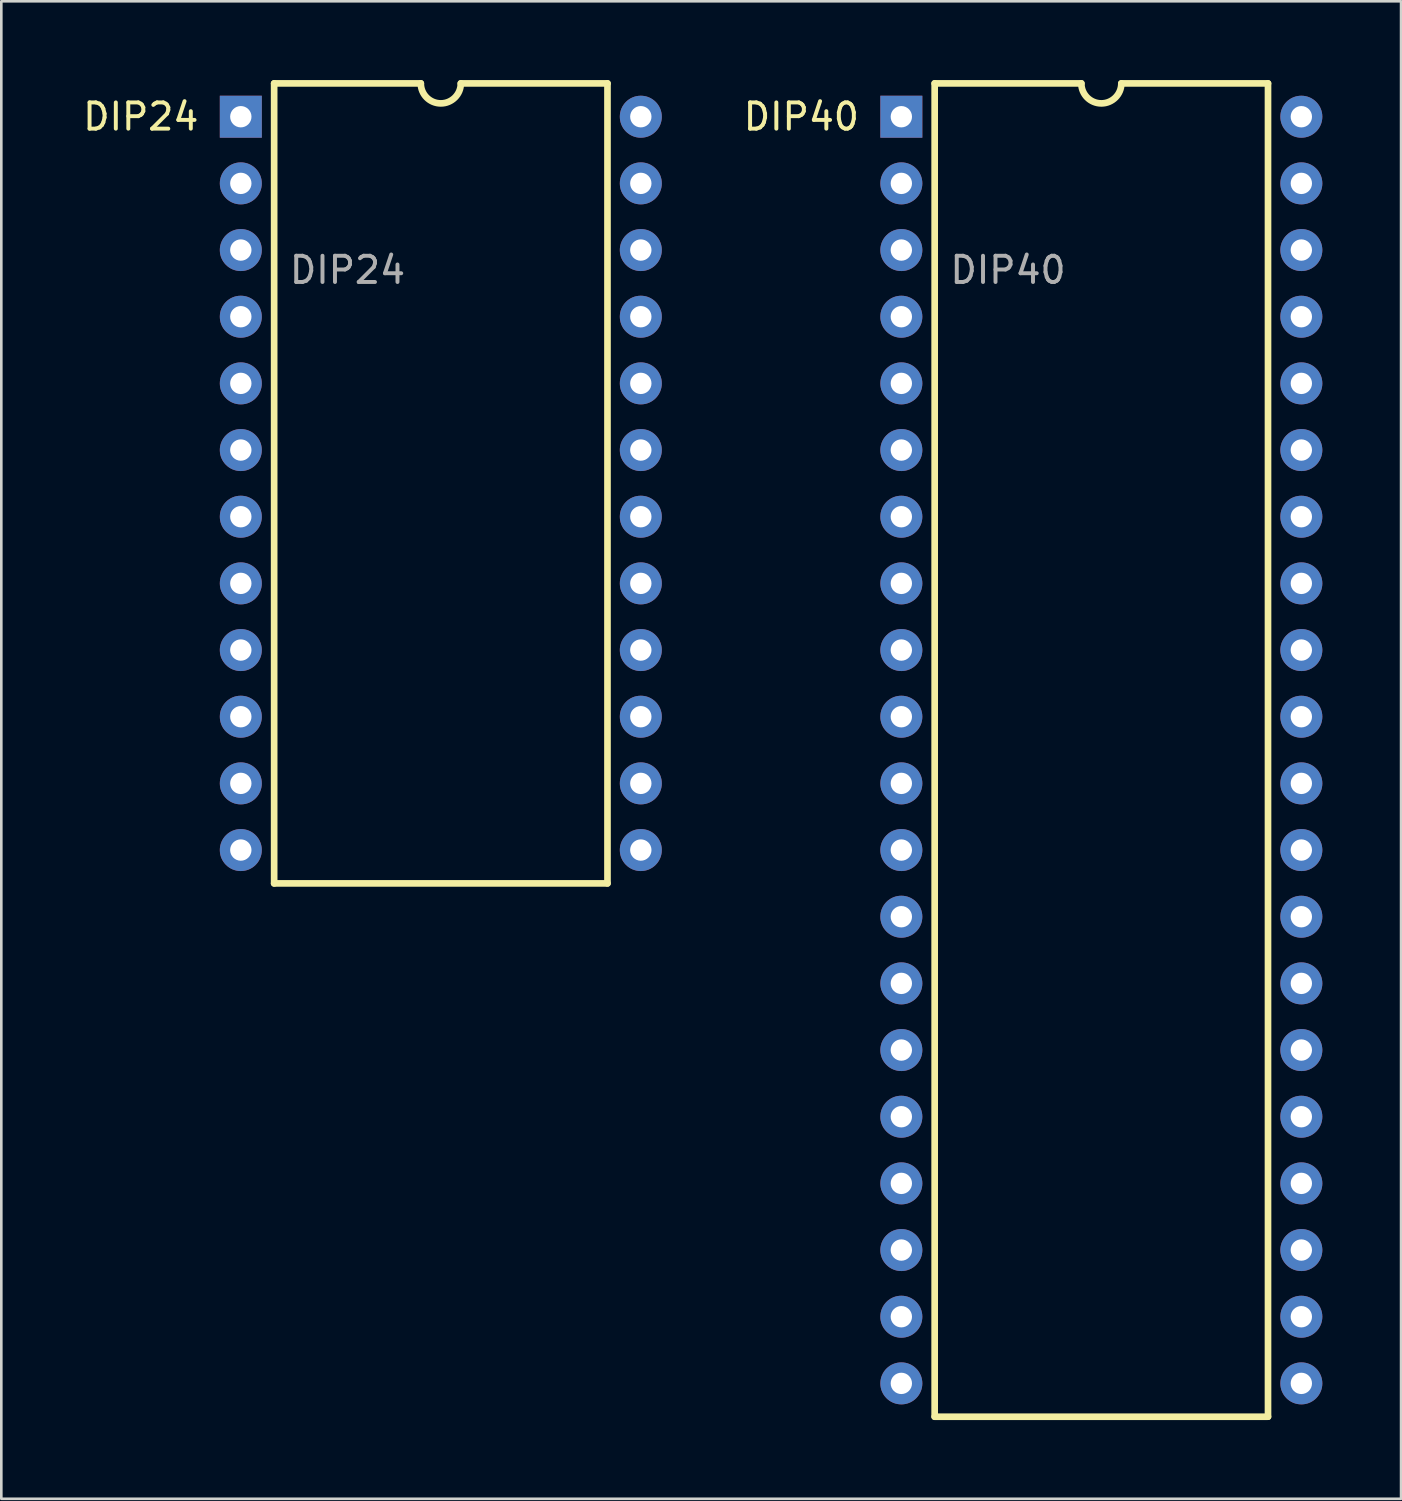
<source format=kicad_pcb>
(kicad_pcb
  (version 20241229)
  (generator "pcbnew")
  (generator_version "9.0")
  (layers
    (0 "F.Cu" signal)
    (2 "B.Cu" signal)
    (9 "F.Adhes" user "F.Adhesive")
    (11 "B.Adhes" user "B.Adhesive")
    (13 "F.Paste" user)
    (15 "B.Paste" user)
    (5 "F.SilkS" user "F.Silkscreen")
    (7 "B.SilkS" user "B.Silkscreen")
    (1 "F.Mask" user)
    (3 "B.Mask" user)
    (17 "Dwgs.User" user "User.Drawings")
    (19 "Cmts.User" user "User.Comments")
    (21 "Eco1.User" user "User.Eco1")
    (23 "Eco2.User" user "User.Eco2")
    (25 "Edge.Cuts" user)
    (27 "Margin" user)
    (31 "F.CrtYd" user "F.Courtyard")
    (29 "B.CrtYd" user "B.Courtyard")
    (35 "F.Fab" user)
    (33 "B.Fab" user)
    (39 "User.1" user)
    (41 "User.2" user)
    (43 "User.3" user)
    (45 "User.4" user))
  (footprint "DIP40"
    (layer "F.Cu")
    (at 31.291 1.397)
    (property "Reference" "DIP40" (at -3.81 0 0) (unlocked yes) (layer "F.SilkS") (effects (font (size 1 1) (thickness 0.15))))
    (attr through_hole)
    (fp_line (start 1.27 -1.27) (end 1.27 49.53) (stroke (width 0.254) (type solid)) (layer "F.SilkS"))
    (fp_line (start 1.27 49.53) (end 13.97 49.53) (stroke (width 0.254) (type solid)) (layer "F.SilkS"))
    (fp_line (start 6.858 -1.27) (end 1.27 -1.27) (stroke (width 0.254) (type solid)) (layer "F.SilkS"))
    (fp_line (start 8.382 -1.27) (end 13.97 -1.27) (stroke (width 0.254) (type solid)) (layer "F.SilkS"))
    (fp_line (start 13.97 49.53) (end 13.97 -1.27) (stroke (width 0.254) (type solid)) (layer "F.SilkS"))
    (fp_arc (start 8.382 -1.27) (mid 7.62 -0.508) (end 6.858 -1.27) (stroke (width 0.254) (type solid)) (layer "F.SilkS"))
    (fp_text user "${REFERENCE}" (at 4.064 5.842 0) (unlocked yes) (layer "F.Fab") (effects (font (size 1 1) (thickness 0.15))))
    (pad "1" thru_hole rect (at 0 0) (size 1.6 1.6) (drill 0.813) (layers "*.Cu" "*.Mask"))
    (pad "2" thru_hole circle (at 0 2.54) (size 1.6 1.6) (drill 0.813) (layers "*.Cu" "*.Mask"))
    (pad "3" thru_hole circle (at 0 5.08) (size 1.6 1.6) (drill 0.813) (layers "*.Cu" "*.Mask"))
    (pad "4" thru_hole circle (at 0 7.62) (size 1.6 1.6) (drill 0.813) (layers "*.Cu" "*.Mask"))
    (pad "5" thru_hole circle (at 0 10.16) (size 1.6 1.6) (drill 0.813) (layers "*.Cu" "*.Mask"))
    (pad "6" thru_hole circle (at 0 12.7) (size 1.6 1.6) (drill 0.813) (layers "*.Cu" "*.Mask"))
    (pad "7" thru_hole circle (at 0 15.24) (size 1.6 1.6) (drill 0.813) (layers "*.Cu" "*.Mask"))
    (pad "8" thru_hole circle (at 0 17.78) (size 1.6 1.6) (drill 0.813) (layers "*.Cu" "*.Mask"))
    (pad "9" thru_hole circle (at 0 20.32) (size 1.6 1.6) (drill 0.813) (layers "*.Cu" "*.Mask"))
    (pad "10" thru_hole circle (at 0 22.86) (size 1.6 1.6) (drill 0.813) (layers "*.Cu" "*.Mask"))
    (pad "11" thru_hole circle (at 0 25.4) (size 1.6 1.6) (drill 0.813) (layers "*.Cu" "*.Mask"))
    (pad "12" thru_hole circle (at 0 27.94) (size 1.6 1.6) (drill 0.813) (layers "*.Cu" "*.Mask"))
    (pad "13" thru_hole circle (at 0 30.48) (size 1.6 1.6) (drill 0.813) (layers "*.Cu" "*.Mask"))
    (pad "14" thru_hole circle (at 0 33.02) (size 1.6 1.6) (drill 0.813) (layers "*.Cu" "*.Mask"))
    (pad "15" thru_hole circle (at 0 35.56) (size 1.6 1.6) (drill 0.813) (layers "*.Cu" "*.Mask"))
    (pad "16" thru_hole circle (at 0 38.1) (size 1.6 1.6) (drill 0.813) (layers "*.Cu" "*.Mask"))
    (pad "17" thru_hole circle (at 0 40.64) (size 1.6 1.6) (drill 0.813) (layers "*.Cu" "*.Mask"))
    (pad "18" thru_hole circle (at 0 43.18) (size 1.6 1.6) (drill 0.813) (layers "*.Cu" "*.Mask"))
    (pad "19" thru_hole circle (at 0 45.72) (size 1.6 1.6) (drill 0.813) (layers "*.Cu" "*.Mask"))
    (pad "20" thru_hole circle (at 0 48.26) (size 1.6 1.6) (drill 0.813) (layers "*.Cu" "*.Mask"))
    (pad "21" thru_hole circle (at 15.24 48.26) (size 1.6 1.6) (drill 0.813) (layers "*.Cu" "*.Mask"))
    (pad "22" thru_hole circle (at 15.24 45.72) (size 1.6 1.6) (drill 0.813) (layers "*.Cu" "*.Mask"))
    (pad "23" thru_hole circle (at 15.24 43.18) (size 1.6 1.6) (drill 0.813) (layers "*.Cu" "*.Mask"))
    (pad "24" thru_hole circle (at 15.24 40.64) (size 1.6 1.6) (drill 0.813) (layers "*.Cu" "*.Mask"))
    (pad "25" thru_hole circle (at 15.24 38.1) (size 1.6 1.6) (drill 0.813) (layers "*.Cu" "*.Mask"))
    (pad "26" thru_hole circle (at 15.24 35.56) (size 1.6 1.6) (drill 0.813) (layers "*.Cu" "*.Mask"))
    (pad "27" thru_hole circle (at 15.24 33.02) (size 1.6 1.6) (drill 0.813) (layers "*.Cu" "*.Mask"))
    (pad "28" thru_hole circle (at 15.24 30.48) (size 1.6 1.6) (drill 0.813) (layers "*.Cu" "*.Mask"))
    (pad "29" thru_hole circle (at 15.24 27.94) (size 1.6 1.6) (drill 0.813) (layers "*.Cu" "*.Mask"))
    (pad "30" thru_hole circle (at 15.24 25.4) (size 1.6 1.6) (drill 0.813) (layers "*.Cu" "*.Mask"))
    (pad "31" thru_hole circle (at 15.24 22.86) (size 1.6 1.6) (drill 0.813) (layers "*.Cu" "*.Mask"))
    (pad "32" thru_hole circle (at 15.24 20.32) (size 1.6 1.6) (drill 0.813) (layers "*.Cu" "*.Mask"))
    (pad "33" thru_hole circle (at 15.24 17.78) (size 1.6 1.6) (drill 0.813) (layers "*.Cu" "*.Mask"))
    (pad "34" thru_hole circle (at 15.24 15.24) (size 1.6 1.6) (drill 0.813) (layers "*.Cu" "*.Mask"))
    (pad "35" thru_hole circle (at 15.24 12.7) (size 1.6 1.6) (drill 0.813) (layers "*.Cu" "*.Mask"))
    (pad "36" thru_hole circle (at 15.24 10.16) (size 1.6 1.6) (drill 0.813) (layers "*.Cu" "*.Mask"))
    (pad "37" thru_hole circle (at 15.24 7.62) (size 1.6 1.6) (drill 0.813) (layers "*.Cu" "*.Mask"))
    (pad "38" thru_hole circle (at 15.24 5.08) (size 1.6 1.6) (drill 0.813) (layers "*.Cu" "*.Mask"))
    (pad "39" thru_hole circle (at 15.24 2.54) (size 1.6 1.6) (drill 0.813) (layers "*.Cu" "*.Mask"))
    (pad "40" thru_hole circle (at 15.24 0) (size 1.6 1.6) (drill 0.813) (layers "*.Cu" "*.Mask")))
  (footprint "DIP24"
    (layer "F.Cu")
    (at 6.125 1.397)
    (property "Reference" "DIP24" (at -3.81 0 0) (unlocked yes) (layer "F.SilkS") (effects (font (size 1 1) (thickness 0.15))))
    (attr through_hole)
    (fp_line (start 1.27 -1.27) (end 1.27 29.21) (stroke (width 0.254) (type solid)) (layer "F.SilkS"))
    (fp_line (start 1.27 29.21) (end 13.97 29.21) (stroke (width 0.254) (type solid)) (layer "F.SilkS"))
    (fp_line (start 6.858 -1.27) (end 1.27 -1.27) (stroke (width 0.254) (type solid)) (layer "F.SilkS"))
    (fp_line (start 8.382 -1.27) (end 13.97 -1.27) (stroke (width 0.254) (type solid)) (layer "F.SilkS"))
    (fp_line (start 13.97 29.21) (end 13.97 -1.27) (stroke (width 0.254) (type solid)) (layer "F.SilkS"))
    (fp_arc (start 8.382 -1.27) (mid 7.62 -0.508) (end 6.858 -1.27) (stroke (width 0.254) (type solid)) (layer "F.SilkS"))
    (fp_text user "${REFERENCE}" (at 4.064 5.842 0) (unlocked yes) (layer "F.Fab") (effects (font (size 1 1) (thickness 0.15))))
    (pad "1" thru_hole rect (at 0 0) (size 1.6 1.6) (drill 0.813) (layers "*.Cu" "*.Mask"))
    (pad "2" thru_hole circle (at 0 2.54) (size 1.6 1.6) (drill 0.813) (layers "*.Cu" "*.Mask"))
    (pad "3" thru_hole circle (at 0 5.08) (size 1.6 1.6) (drill 0.813) (layers "*.Cu" "*.Mask"))
    (pad "4" thru_hole circle (at 0 7.62) (size 1.6 1.6) (drill 0.813) (layers "*.Cu" "*.Mask"))
    (pad "5" thru_hole circle (at 0 10.16) (size 1.6 1.6) (drill 0.813) (layers "*.Cu" "*.Mask"))
    (pad "6" thru_hole circle (at 0 12.7) (size 1.6 1.6) (drill 0.813) (layers "*.Cu" "*.Mask"))
    (pad "7" thru_hole circle (at 0 15.24) (size 1.6 1.6) (drill 0.813) (layers "*.Cu" "*.Mask"))
    (pad "8" thru_hole circle (at 0 17.78) (size 1.6 1.6) (drill 0.813) (layers "*.Cu" "*.Mask"))
    (pad "9" thru_hole circle (at 0 20.32) (size 1.6 1.6) (drill 0.813) (layers "*.Cu" "*.Mask"))
    (pad "10" thru_hole circle (at 0 22.86) (size 1.6 1.6) (drill 0.813) (layers "*.Cu" "*.Mask"))
    (pad "11" thru_hole circle (at 0 25.4) (size 1.6 1.6) (drill 0.813) (layers "*.Cu" "*.Mask"))
    (pad "12" thru_hole circle (at 0 27.94) (size 1.6 1.6) (drill 0.813) (layers "*.Cu" "*.Mask"))
    (pad "13" thru_hole circle (at 15.24 27.94) (size 1.6 1.6) (drill 0.813) (layers "*.Cu" "*.Mask"))
    (pad "14" thru_hole circle (at 15.24 25.4) (size 1.6 1.6) (drill 0.813) (layers "*.Cu" "*.Mask"))
    (pad "15" thru_hole circle (at 15.24 22.86) (size 1.6 1.6) (drill 0.813) (layers "*.Cu" "*.Mask"))
    (pad "16" thru_hole circle (at 15.24 20.32) (size 1.6 1.6) (drill 0.813) (layers "*.Cu" "*.Mask"))
    (pad "17" thru_hole circle (at 15.24 17.78) (size 1.6 1.6) (drill 0.813) (layers "*.Cu" "*.Mask"))
    (pad "18" thru_hole circle (at 15.24 15.24) (size 1.6 1.6) (drill 0.813) (layers "*.Cu" "*.Mask"))
    (pad "19" thru_hole circle (at 15.24 12.7) (size 1.6 1.6) (drill 0.813) (layers "*.Cu" "*.Mask"))
    (pad "20" thru_hole circle (at 15.24 10.16) (size 1.6 1.6) (drill 0.813) (layers "*.Cu" "*.Mask"))
    (pad "21" thru_hole circle (at 15.24 7.62) (size 1.6 1.6) (drill 0.813) (layers "*.Cu" "*.Mask"))
    (pad "22" thru_hole circle (at 15.24 5.08) (size 1.6 1.6) (drill 0.813) (layers "*.Cu" "*.Mask"))
    (pad "23" thru_hole circle (at 15.24 2.54) (size 1.6 1.6) (drill 0.813) (layers "*.Cu" "*.Mask"))
    (pad "24" thru_hole circle (at 15.24 0) (size 1.6 1.6) (drill 0.813) (layers "*.Cu" "*.Mask")))
  (gr_rect
    (start -3 -3)
    (end 50.331 54.054)
    (stroke (width 0.1) (type default))
    (fill no)
    (layer "Edge.Cuts")))
</source>
